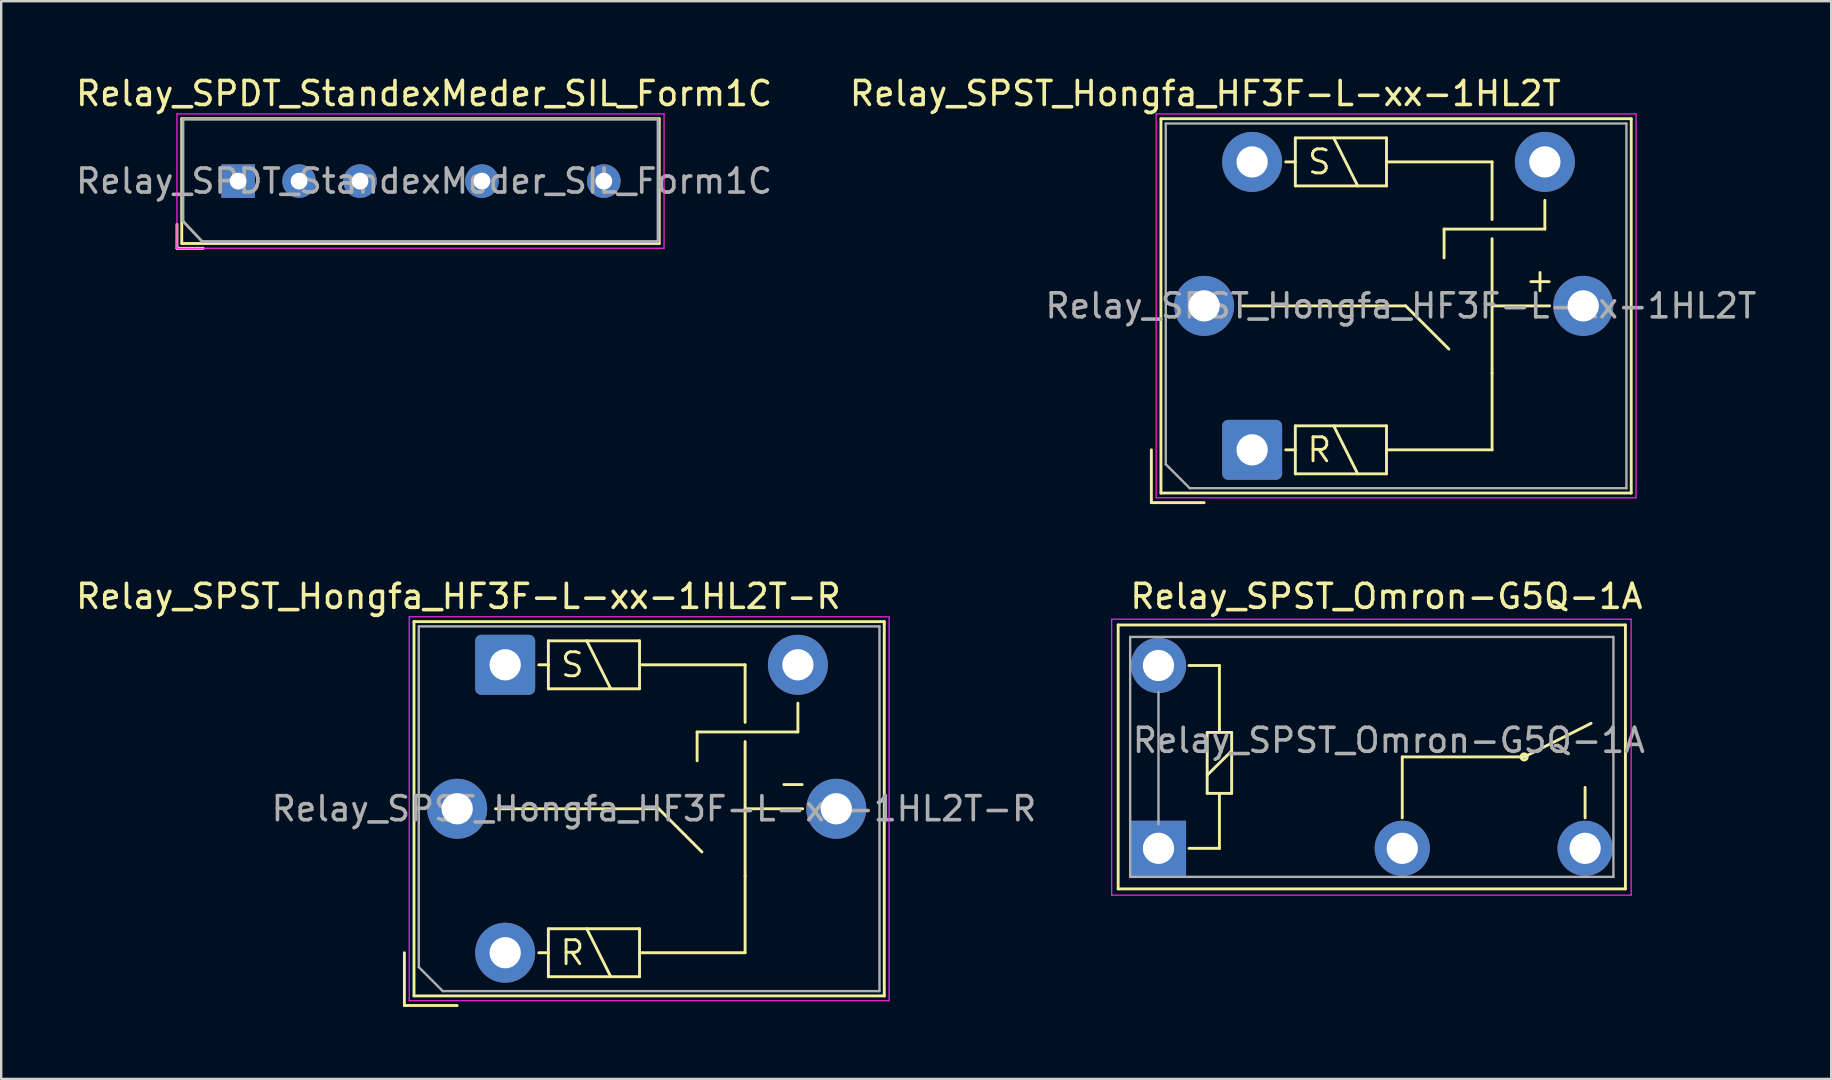
<source format=kicad_pcb>
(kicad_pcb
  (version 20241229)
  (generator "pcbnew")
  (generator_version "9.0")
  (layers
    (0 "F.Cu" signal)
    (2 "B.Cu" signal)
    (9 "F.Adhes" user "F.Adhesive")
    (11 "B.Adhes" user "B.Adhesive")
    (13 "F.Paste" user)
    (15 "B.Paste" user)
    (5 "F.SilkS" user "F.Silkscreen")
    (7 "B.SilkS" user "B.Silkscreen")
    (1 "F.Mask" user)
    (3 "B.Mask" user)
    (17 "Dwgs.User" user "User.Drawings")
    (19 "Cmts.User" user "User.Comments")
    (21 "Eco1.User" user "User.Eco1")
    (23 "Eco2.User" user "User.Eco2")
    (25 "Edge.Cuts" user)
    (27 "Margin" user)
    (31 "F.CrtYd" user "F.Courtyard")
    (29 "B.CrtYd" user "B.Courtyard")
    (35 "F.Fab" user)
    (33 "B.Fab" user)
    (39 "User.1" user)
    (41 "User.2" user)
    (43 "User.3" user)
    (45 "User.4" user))
  (footprint "Relay_SPDT_StandexMeder_SIL_Form1C"
    (layer "F.Cu")
    (at 6.875 4.498)
    (property "Reference" "Relay_SPDT_StandexMeder_SIL_Form1C" (at 7.75 -3.65 0) (layer "F.SilkS") (effects (font (size 1 1) (thickness 0.15))))
    (attr through_hole)
    (fp_line (start -2.55 2.8) (end -2.55 1.8) (stroke (width 0.12) (type solid)) (layer "F.SilkS"))
    (fp_line (start -2.35 -2.6) (end 17.55 -2.6) (stroke (width 0.12) (type solid)) (layer "F.SilkS"))
    (fp_line (start -2.35 2.6) (end -2.35 -2.6) (stroke (width 0.12) (type solid)) (layer "F.SilkS"))
    (fp_line (start -1.45 2.8) (end -2.55 2.8) (stroke (width 0.12) (type solid)) (layer "F.SilkS"))
    (fp_line (start 17.55 -2.6) (end 17.55 2.6) (stroke (width 0.12) (type solid)) (layer "F.SilkS"))
    (fp_line (start 17.55 2.6) (end -2.35 2.6) (stroke (width 0.12) (type solid)) (layer "F.SilkS"))
    (fp_line (start -2.55 -2.8) (end -2.55 2.8) (stroke (width 0.05) (type solid)) (layer "F.CrtYd"))
    (fp_line (start -2.55 -2.8) (end 17.75 -2.8) (stroke (width 0.05) (type solid)) (layer "F.CrtYd"))
    (fp_line (start 17.75 2.8) (end -2.55 2.8) (stroke (width 0.05) (type solid)) (layer "F.CrtYd"))
    (fp_line (start 17.75 2.8) (end 17.75 -2.8) (stroke (width 0.05) (type solid)) (layer "F.CrtYd"))
    (fp_line (start -2.3 -2.583) (end 17.5 -2.583) (stroke (width 0.12) (type solid)) (layer "F.Fab"))
    (fp_line (start -2.3 1.667) (end -2.3 -2.583) (stroke (width 0.12) (type solid)) (layer "F.Fab"))
    (fp_line (start -1.5 2.517) (end -2.3 1.667) (stroke (width 0.12) (type solid)) (layer "F.Fab"))
    (fp_line (start 17.5 -2.583) (end 17.5 2.517) (stroke (width 0.12) (type solid)) (layer "F.Fab"))
    (fp_line (start 17.5 2.517) (end -1.5 2.517) (stroke (width 0.12) (type solid)) (layer "F.Fab"))
    (fp_text user "${REFERENCE}" (at 7.75 0 0) (layer "F.Fab") (effects (font (size 1 1) (thickness 0.15))))
    (pad "1" thru_hole rect (at 0 0) (size 1.4 1.4) (drill 0.7) (layers "*.Cu" "*.Mask"))
    (pad "2" thru_hole circle (at 2.54 0) (size 1.4 1.4) (drill 0.7) (layers "*.Cu" "*.Mask"))
    (pad "3" thru_hole circle (at 5.08 0) (size 1.4 1.4) (drill 0.7) (layers "*.Cu" "*.Mask"))
    (pad "5" thru_hole circle (at 10.16 0) (size 1.4 1.4) (drill 0.7) (layers "*.Cu" "*.Mask"))
    (pad "7" thru_hole circle (at 15.24 0) (size 1.4 1.4) (drill 0.7) (layers "*.Cu" "*.Mask")))
  (footprint "Relay_SPST_Omron-G5Q-1A"
    (layer "F.Cu")
    (at 45.232 32.306)
    (property "Reference" "Relay_SPST_Omron-G5Q-1A" (at 9.5 -10.5 180) (layer "F.SilkS") (effects (font (size 1 1) (thickness 0.15))))
    (attr through_hole)
    (fp_line (start -1.68 -9.31) (end 19.46 -9.31) (stroke (width 0.12) (type solid)) (layer "F.SilkS"))
    (fp_line (start -1.68 1.69) (end -1.68 -9.31) (stroke (width 0.12) (type solid)) (layer "F.SilkS"))
    (fp_line (start -1.68 1.69) (end 19.46 1.69) (stroke (width 0.12) (type solid)) (layer "F.SilkS"))
    (fp_line (start 1.27 0) (end 2.54 0) (stroke (width 0.12) (type solid)) (layer "F.SilkS"))
    (fp_line (start 2.03 -4.83) (end 2.54 -4.83) (stroke (width 0.12) (type solid)) (layer "F.SilkS"))
    (fp_line (start 2.03 -3.05) (end 3.05 -4.06) (stroke (width 0.12) (type solid)) (layer "F.SilkS"))
    (fp_line (start 2.03 -2.29) (end 2.03 -4.83) (stroke (width 0.12) (type solid)) (layer "F.SilkS"))
    (fp_line (start 2.54 -7.62) (end 1.27 -7.62) (stroke (width 0.12) (type solid)) (layer "F.SilkS"))
    (fp_line (start 2.54 -4.83) (end 2.54 -7.62) (stroke (width 0.12) (type solid)) (layer "F.SilkS"))
    (fp_line (start 2.54 -4.83) (end 3.05 -4.83) (stroke (width 0.12) (type solid)) (layer "F.SilkS"))
    (fp_line (start 2.54 -2.29) (end 2.03 -2.29) (stroke (width 0.12) (type solid)) (layer "F.SilkS"))
    (fp_line (start 2.54 0) (end 2.54 -2.29) (stroke (width 0.12) (type solid)) (layer "F.SilkS"))
    (fp_line (start 3.05 -4.83) (end 3.05 -2.29) (stroke (width 0.12) (type solid)) (layer "F.SilkS"))
    (fp_line (start 3.05 -2.29) (end 2.54 -2.29) (stroke (width 0.12) (type solid)) (layer "F.SilkS"))
    (fp_line (start 10.16 -3.81) (end 15.24 -3.81) (stroke (width 0.12) (type solid)) (layer "F.SilkS"))
    (fp_line (start 10.16 -1.27) (end 10.16 -3.81) (stroke (width 0.12) (type solid)) (layer "F.SilkS"))
    (fp_line (start 15.24 -3.81) (end 18.03 -5.21) (stroke (width 0.12) (type solid)) (layer "F.SilkS"))
    (fp_line (start 17.78 -1.27) (end 17.78 -2.54) (stroke (width 0.12) (type solid)) (layer "F.SilkS"))
    (fp_line (start 19.46 1.69) (end 19.46 -9.31) (stroke (width 0.12) (type solid)) (layer "F.SilkS"))
    (fp_circle (center 15.24 -3.81) (end 15.24 -3.68) (stroke (width 0.12) (type solid)) (fill no) (layer "F.SilkS"))
    (fp_line (start -1.95 -9.55) (end 19.7 -9.55) (stroke (width 0.05) (type solid)) (layer "F.CrtYd"))
    (fp_line (start -1.95 1.95) (end -1.95 -9.55) (stroke (width 0.05) (type solid)) (layer "F.CrtYd"))
    (fp_line (start 19.7 -9.55) (end 19.7 1.95) (stroke (width 0.05) (type solid)) (layer "F.CrtYd"))
    (fp_line (start 19.7 1.95) (end -1.95 1.95) (stroke (width 0.05) (type solid)) (layer "F.CrtYd"))
    (fp_line (start -1.18 -8.81) (end 18.96 -8.81) (stroke (width 0.1) (type solid)) (layer "F.Fab"))
    (fp_line (start -1.18 1.19) (end -1.18 -8.81) (stroke (width 0.1) (type solid)) (layer "F.Fab"))
    (fp_line (start 0 -1) (end 0 -6.5) (stroke (width 0.1) (type solid)) (layer "F.Fab"))
    (fp_line (start 18.96 -8.81) (end 18.96 1.19) (stroke (width 0.1) (type solid)) (layer "F.Fab"))
    (fp_line (start 18.96 1.19) (end -1.18 1.19) (stroke (width 0.1) (type solid)) (layer "F.Fab"))
    (fp_text user "${REFERENCE}" (at 9.6 -4.5 0) (layer "F.Fab") (effects (font (size 1 1) (thickness 0.15))))
    (pad "1" thru_hole rect (at 0 0 180) (size 2.3 2.3) (drill 1.3) (layers "*.Cu" "*.Mask"))
    (pad "2" thru_hole circle (at 10.16 0 180) (size 2.3 2.3) (drill 1.3) (layers "*.Cu" "*.Mask"))
    (pad "3" thru_hole circle (at 17.78 0 180) (size 2.3 2.3) (drill 1.3) (layers "*.Cu" "*.Mask"))
    (pad "5" thru_hole circle (at 0 -7.62 180) (size 2.3 2.3) (drill 1.3) (layers "*.Cu" "*.Mask")))
  (footprint "Relay_SPST_Hongfa_HF3F-L-xx-1HL2T"
    (layer "F.Cu")
    (at 49.135 15.698)
    (property "Reference" "Relay_SPST_Hongfa_HF3F-L-xx-1HL2T" (at -1.95 -14.85 0) (layer "F.SilkS") (effects (font (size 1 1) (thickness 0.15))))
    (attr through_hole)
    (fp_line (start -4.2 0) (end -4.2 2.2) (stroke (width 0.12) (type solid)) (layer "F.SilkS"))
    (fp_line (start -4.2 2.2) (end -2 2.2) (stroke (width 0.12) (type solid)) (layer "F.SilkS"))
    (fp_line (start -3.8 -13.8) (end -3.8 1.8) (stroke (width 0.12) (type solid)) (layer "F.SilkS"))
    (fp_line (start -3.8 1.8) (end 15.8 1.8) (stroke (width 0.12) (type solid)) (layer "F.SilkS"))
    (fp_line (start -0.4 -6) (end 6.4 -6) (stroke (width 0.12) (type solid)) (layer "F.SilkS"))
    (fp_line (start 1.8 -13) (end 1.8 -11) (stroke (width 0.12) (type solid)) (layer "F.SilkS"))
    (fp_line (start 1.8 -12) (end 1.4 -12) (stroke (width 0.12) (type solid)) (layer "F.SilkS"))
    (fp_line (start 1.8 -11) (end 5.6 -11) (stroke (width 0.12) (type solid)) (layer "F.SilkS"))
    (fp_line (start 1.8 -1) (end 1.8 1) (stroke (width 0.12) (type solid)) (layer "F.SilkS"))
    (fp_line (start 1.8 0) (end 1.4 0) (stroke (width 0.12) (type solid)) (layer "F.SilkS"))
    (fp_line (start 1.8 1) (end 5.6 1) (stroke (width 0.12) (type solid)) (layer "F.SilkS"))
    (fp_line (start 3.4 -13) (end 4.4 -11) (stroke (width 0.12) (type solid)) (layer "F.SilkS"))
    (fp_line (start 3.4 -1) (end 4.4 1) (stroke (width 0.12) (type solid)) (layer "F.SilkS"))
    (fp_line (start 5.6 -13) (end 1.8 -13) (stroke (width 0.12) (type solid)) (layer "F.SilkS"))
    (fp_line (start 5.6 -12) (end 10 -12) (stroke (width 0.12) (type solid)) (layer "F.SilkS"))
    (fp_line (start 5.6 -11) (end 5.6 -13) (stroke (width 0.12) (type solid)) (layer "F.SilkS"))
    (fp_line (start 5.6 -1) (end 1.8 -1) (stroke (width 0.12) (type solid)) (layer "F.SilkS"))
    (fp_line (start 5.6 1) (end 5.6 -1) (stroke (width 0.12) (type solid)) (layer "F.SilkS"))
    (fp_line (start 6.4 -6) (end 8.2 -4.2) (stroke (width 0.12) (type solid)) (layer "F.SilkS"))
    (fp_line (start 8 -9.2) (end 8 -8) (stroke (width 0.12) (type solid)) (layer "F.SilkS"))
    (fp_line (start 10 -12) (end 10 -9.6) (stroke (width 0.12) (type solid)) (layer "F.SilkS"))
    (fp_line (start 10 -8.8) (end 10 -3.2) (stroke (width 0.12) (type solid)) (layer "F.SilkS"))
    (fp_line (start 10 -6) (end 12.4 -6) (stroke (width 0.12) (type solid)) (layer "F.SilkS"))
    (fp_line (start 10 -3.2) (end 10 0) (stroke (width 0.12) (type solid)) (layer "F.SilkS"))
    (fp_line (start 10 0) (end 5.6 0) (stroke (width 0.12) (type solid)) (layer "F.SilkS"))
    (fp_line (start 12.2 -10.4) (end 12.2 -9.2) (stroke (width 0.12) (type solid)) (layer "F.SilkS"))
    (fp_line (start 12.2 -9.2) (end 8 -9.2) (stroke (width 0.12) (type solid)) (layer "F.SilkS"))
    (fp_line (start 15.8 -13.8) (end -3.8 -13.8) (stroke (width 0.12) (type solid)) (layer "F.SilkS"))
    (fp_line (start 15.8 1.8) (end 15.8 -13.8) (stroke (width 0.12) (type solid)) (layer "F.SilkS"))
    (fp_line (start -4 -14) (end -4 2) (stroke (width 0.05) (type solid)) (layer "F.CrtYd"))
    (fp_line (start -4 2) (end 16 2) (stroke (width 0.05) (type solid)) (layer "F.CrtYd"))
    (fp_line (start 16 -14) (end -4 -14) (stroke (width 0.05) (type solid)) (layer "F.CrtYd"))
    (fp_line (start 16 2) (end 16 -14) (stroke (width 0.05) (type solid)) (layer "F.CrtYd"))
    (fp_line (start -3.6 -13.6) (end -3.6 0.6) (stroke (width 0.1) (type solid)) (layer "F.Fab"))
    (fp_line (start -3.6 0.6) (end -2.6 1.6) (stroke (width 0.1) (type solid)) (layer "F.Fab"))
    (fp_line (start -2.6 1.6) (end 15.6 1.6) (stroke (width 0.1) (type solid)) (layer "F.Fab"))
    (fp_line (start 15.6 -13.6) (end -3.6 -13.6) (stroke (width 0.1) (type solid)) (layer "F.Fab"))
    (fp_line (start 15.6 1.6) (end 15.6 -13.6) (stroke (width 0.1) (type solid)) (layer "F.Fab"))
    (fp_text user "R" (at 2.8 0 180) (layer "F.SilkS") (effects (font (size 1 1) (thickness 0.12))))
    (fp_text user "+" (at 11.3 -6.5 0) (unlocked yes) (layer "F.SilkS") (effects (font (size 1 1) (thickness 0.12)) (justify left bottom)))
    (fp_text user "S" (at 2.8 -12 0) (layer "F.SilkS") (effects (font (size 1 1) (thickness 0.12))))
    (fp_text user "${REFERENCE}" (at 6.2 -6 0) (layer "F.Fab") (effects (font (size 1 1) (thickness 0.15))))
    (pad "1" thru_hole roundrect (at 0 0) (size 2.5 2.5) (drill 1.3) (layers "*.Cu" "*.Mask") (roundrect_rratio 0.1))
    (pad "3" thru_hole circle (at 13.8 -6) (size 2.5 2.5) (drill 1.3) (layers "*.Cu" "*.Mask"))
    (pad "4" thru_hole circle (at 12.2 -12) (size 2.5 2.5) (drill 1.3) (layers "*.Cu" "*.Mask"))
    (pad "5" thru_hole circle (at 0 -12) (size 2.5 2.5) (drill 1.3) (layers "*.Cu" "*.Mask"))
    (pad "6" thru_hole circle (at -2 -6) (size 2.5 2.5) (drill 1.3) (layers "*.Cu" "*.Mask")))
  (footprint "Relay_SPST_Hongfa_HF3F-L-xx-1HL2T-R"
    (layer "F.Cu")
    (at 18.004 24.657)
    (property "Reference" "Relay_SPST_Hongfa_HF3F-L-xx-1HL2T-R" (at -1.95 -2.85 0) (layer "F.SilkS") (effects (font (size 1 1) (thickness 0.15))))
    (attr through_hole)
    (fp_line (start -4.2 12) (end -4.2 14.2) (stroke (width 0.12) (type solid)) (layer "F.SilkS"))
    (fp_line (start -4.2 14.2) (end -2 14.2) (stroke (width 0.12) (type solid)) (layer "F.SilkS"))
    (fp_line (start -3.8 -1.8) (end -3.8 13.8) (stroke (width 0.12) (type solid)) (layer "F.SilkS"))
    (fp_line (start -3.8 13.8) (end 15.8 13.8) (stroke (width 0.12) (type solid)) (layer "F.SilkS"))
    (fp_line (start -0.4 6) (end 6.4 6) (stroke (width 0.12) (type solid)) (layer "F.SilkS"))
    (fp_line (start 1.8 -1) (end 1.8 1) (stroke (width 0.12) (type solid)) (layer "F.SilkS"))
    (fp_line (start 1.8 0) (end 1.4 0) (stroke (width 0.12) (type solid)) (layer "F.SilkS"))
    (fp_line (start 1.8 1) (end 5.6 1) (stroke (width 0.12) (type solid)) (layer "F.SilkS"))
    (fp_line (start 1.8 11) (end 1.8 13) (stroke (width 0.12) (type solid)) (layer "F.SilkS"))
    (fp_line (start 1.8 12) (end 1.4 12) (stroke (width 0.12) (type solid)) (layer "F.SilkS"))
    (fp_line (start 1.8 13) (end 5.6 13) (stroke (width 0.12) (type solid)) (layer "F.SilkS"))
    (fp_line (start 3.4 -1) (end 4.4 1) (stroke (width 0.12) (type solid)) (layer "F.SilkS"))
    (fp_line (start 3.4 11) (end 4.4 13) (stroke (width 0.12) (type solid)) (layer "F.SilkS"))
    (fp_line (start 5.6 -1) (end 1.8 -1) (stroke (width 0.12) (type solid)) (layer "F.SilkS"))
    (fp_line (start 5.6 0) (end 10 0) (stroke (width 0.12) (type solid)) (layer "F.SilkS"))
    (fp_line (start 5.6 1) (end 5.6 -1) (stroke (width 0.12) (type solid)) (layer "F.SilkS"))
    (fp_line (start 5.6 11) (end 1.8 11) (stroke (width 0.12) (type solid)) (layer "F.SilkS"))
    (fp_line (start 5.6 13) (end 5.6 11) (stroke (width 0.12) (type solid)) (layer "F.SilkS"))
    (fp_line (start 6.4 6) (end 8.2 7.8) (stroke (width 0.12) (type solid)) (layer "F.SilkS"))
    (fp_line (start 8 2.8) (end 8 4) (stroke (width 0.12) (type solid)) (layer "F.SilkS"))
    (fp_line (start 10 0) (end 10 2.4) (stroke (width 0.12) (type solid)) (layer "F.SilkS"))
    (fp_line (start 10 3.2) (end 10 8.8) (stroke (width 0.12) (type solid)) (layer "F.SilkS"))
    (fp_line (start 10 6) (end 12.4 6) (stroke (width 0.12) (type solid)) (layer "F.SilkS"))
    (fp_line (start 10 8.8) (end 10 12) (stroke (width 0.12) (type solid)) (layer "F.SilkS"))
    (fp_line (start 10 12) (end 5.6 12) (stroke (width 0.12) (type solid)) (layer "F.SilkS"))
    (fp_line (start 12.2 1.6) (end 12.2 2.8) (stroke (width 0.12) (type solid)) (layer "F.SilkS"))
    (fp_line (start 12.2 2.8) (end 8 2.8) (stroke (width 0.12) (type solid)) (layer "F.SilkS"))
    (fp_line (start 15.8 -1.8) (end -3.8 -1.8) (stroke (width 0.12) (type solid)) (layer "F.SilkS"))
    (fp_line (start 15.8 13.8) (end 15.8 -1.8) (stroke (width 0.12) (type solid)) (layer "F.SilkS"))
    (fp_line (start -4 -2) (end -4 14) (stroke (width 0.05) (type solid)) (layer "F.CrtYd"))
    (fp_line (start -4 14) (end 16 14) (stroke (width 0.05) (type solid)) (layer "F.CrtYd"))
    (fp_line (start 16 -2) (end -4 -2) (stroke (width 0.05) (type solid)) (layer "F.CrtYd"))
    (fp_line (start 16 14) (end 16 -2) (stroke (width 0.05) (type solid)) (layer "F.CrtYd"))
    (fp_line (start -3.6 -1.6) (end -3.6 12.6) (stroke (width 0.1) (type solid)) (layer "F.Fab"))
    (fp_line (start -3.6 12.6) (end -2.6 13.6) (stroke (width 0.1) (type solid)) (layer "F.Fab"))
    (fp_line (start -2.6 13.6) (end 15.6 13.6) (stroke (width 0.1) (type solid)) (layer "F.Fab"))
    (fp_line (start 15.6 -1.6) (end -3.6 -1.6) (stroke (width 0.1) (type solid)) (layer "F.Fab"))
    (fp_line (start 15.6 13.6) (end 15.6 -1.6) (stroke (width 0.1) (type solid)) (layer "F.Fab"))
    (fp_text user "S" (at 2.8 0 0) (layer "F.SilkS") (effects (font (size 1 1) (thickness 0.12))))
    (fp_text user "-" (at 11.3 5.5 0) (unlocked yes) (layer "F.SilkS") (effects (font (size 1 1) (thickness 0.12)) (justify left bottom)))
    (fp_text user "R" (at 2.8 12 180) (layer "F.SilkS") (effects (font (size 1 1) (thickness 0.12))))
    (fp_text user "${REFERENCE}" (at 6.2 6 0) (layer "F.Fab") (effects (font (size 1 1) (thickness 0.15))))
    (pad "11" thru_hole circle (at -2 6) (size 2.5 2.5) (drill 1.3) (layers "*.Cu" "*.Mask"))
    (pad "14" thru_hole circle (at 12.2 0) (size 2.5 2.5) (drill 1.3) (layers "*.Cu" "*.Mask"))
    (pad "A1" thru_hole roundrect (at 0 0) (size 2.5 2.5) (drill 1.3) (layers "*.Cu" "*.Mask") (roundrect_rratio 0.1))
    (pad "A2" thru_hole circle (at 0 12) (size 2.5 2.5) (drill 1.3) (layers "*.Cu" "*.Mask"))
    (pad "A3" thru_hole circle (at 13.8 6) (size 2.5 2.5) (drill 1.3) (layers "*.Cu" "*.Mask")))
  (gr_rect
    (start -3 -3)
    (end 73.269 41.916)
    (stroke (width 0.1) (type default))
    (fill no)
    (layer "Edge.Cuts")))
</source>
